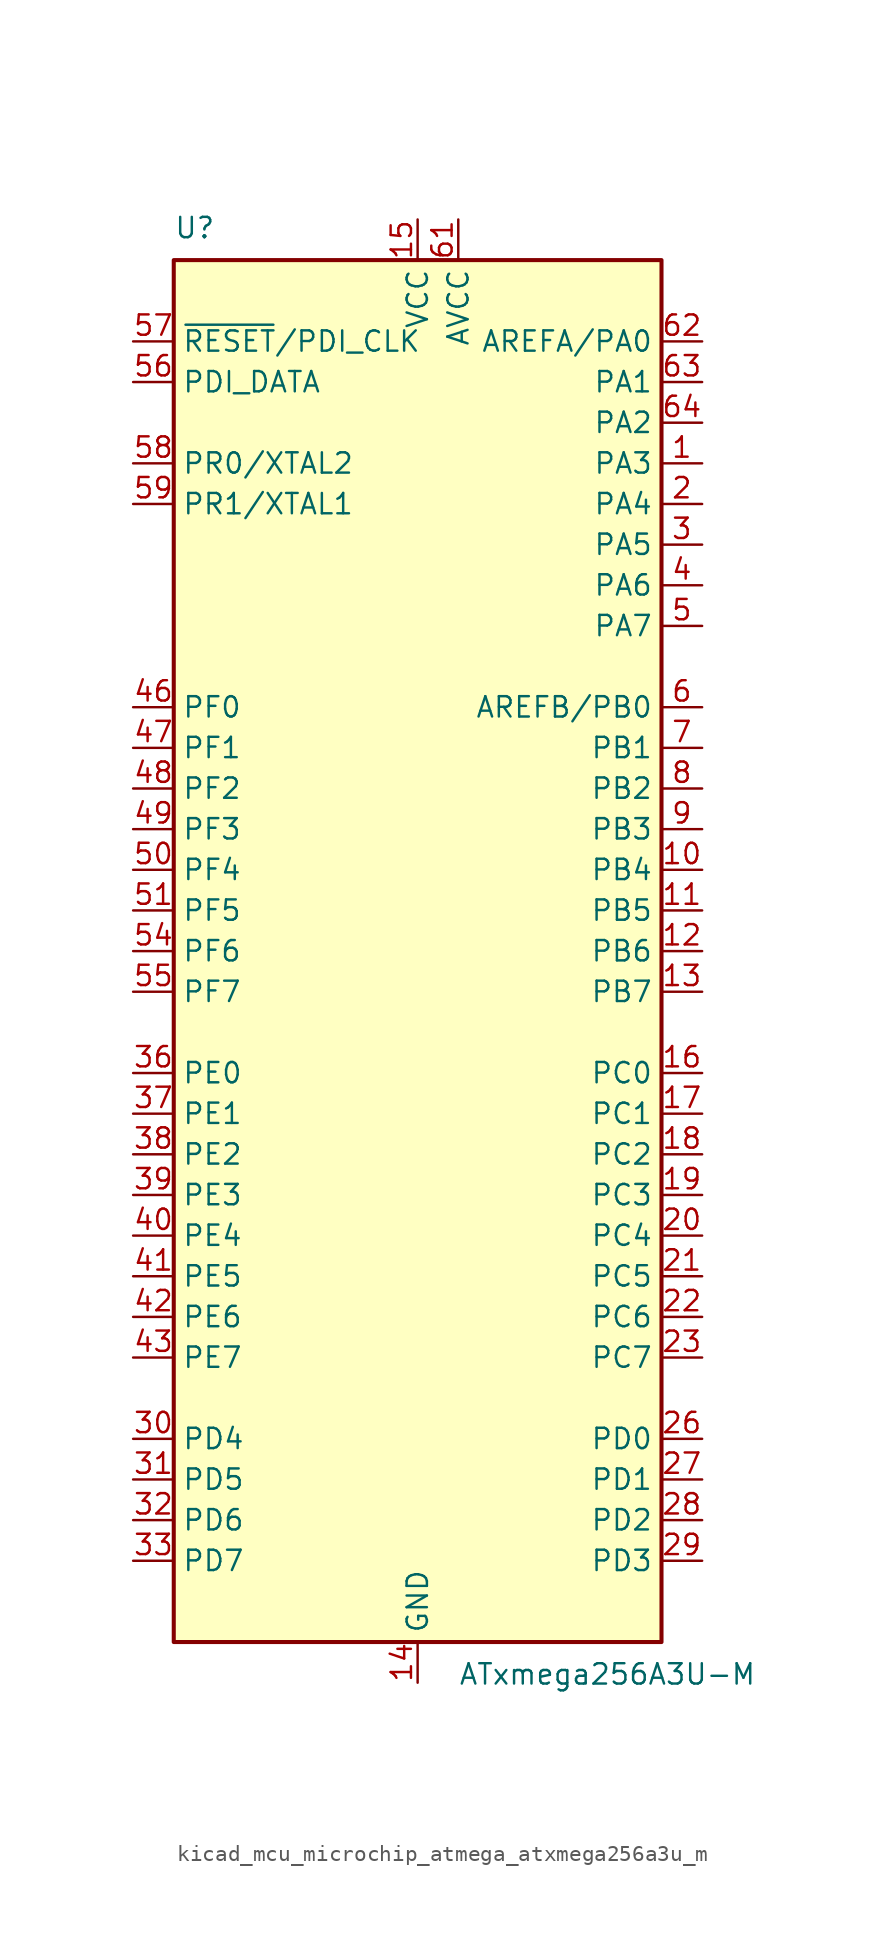
<source format=kicad_sym>
(kicad_symbol_lib
  (version 20220914)
  (generator kicad_symbol_editor)
  (symbol "kicad_mcu_microchip_atmega_atxmega256a3u_m"
    (property "Reference" "U"
      (at -15.24 44.45 0)
      (effects (font (size 1.27 1.27)) (justify left bottom)))
    (property "Value" "ATxmega256A3U-M"
      (at 2.54 -44.45 0)
      (effects (font (size 1.27 1.27)) (justify left top)))
    (symbol "kicad_mcu_microchip_atmega_atxmega256a3u_m_0_1"
      (rectangle (start -15.24 -43.18) (end 15.24 43.18) (stroke (width 0.254) (type default)) (fill (type background))))
    (symbol "kicad_mcu_microchip_atmega_atxmega256a3u_m_1_1"
      (pin bidirectional line (at 17.78 30.48 180) (length 2.54) (name "PA3" (effects (font (size 1.27 1.27)))) (number "1" (effects (font (size 1.27 1.27)))))
      (pin bidirectional line (at 17.78 5.08 180) (length 2.54) (name "PB4" (effects (font (size 1.27 1.27)))) (number "10" (effects (font (size 1.27 1.27)))))
      (pin bidirectional line (at 17.78 2.54 180) (length 2.54) (name "PB5" (effects (font (size 1.27 1.27)))) (number "11" (effects (font (size 1.27 1.27)))))
      (pin bidirectional line (at 17.78 0 180) (length 2.54) (name "PB6" (effects (font (size 1.27 1.27)))) (number "12" (effects (font (size 1.27 1.27)))))
      (pin bidirectional line (at 17.78 -2.54 180) (length 2.54) (name "PB7" (effects (font (size 1.27 1.27)))) (number "13" (effects (font (size 1.27 1.27)))))
      (pin power_in line (at 0 -45.72 90) (length 2.54) (name "GND" (effects (font (size 1.27 1.27)))) (number "14" (effects (font (size 1.27 1.27)))))
      (pin power_in line (at 0 45.72 270) (length 2.54) (name "VCC" (effects (font (size 1.27 1.27)))) (number "15" (effects (font (size 1.27 1.27)))))
      (pin bidirectional line (at 17.78 -7.62 180) (length 2.54) (name "PC0" (effects (font (size 1.27 1.27)))) (number "16" (effects (font (size 1.27 1.27)))))
      (pin bidirectional line (at 17.78 -10.16 180) (length 2.54) (name "PC1" (effects (font (size 1.27 1.27)))) (number "17" (effects (font (size 1.27 1.27)))))
      (pin bidirectional line (at 17.78 -12.7 180) (length 2.54) (name "PC2" (effects (font (size 1.27 1.27)))) (number "18" (effects (font (size 1.27 1.27)))))
      (pin bidirectional line (at 17.78 -15.24 180) (length 2.54) (name "PC3" (effects (font (size 1.27 1.27)))) (number "19" (effects (font (size 1.27 1.27)))))
      (pin bidirectional line (at 17.78 27.94 180) (length 2.54) (name "PA4" (effects (font (size 1.27 1.27)))) (number "2" (effects (font (size 1.27 1.27)))))
      (pin bidirectional line (at 17.78 -17.78 180) (length 2.54) (name "PC4" (effects (font (size 1.27 1.27)))) (number "20" (effects (font (size 1.27 1.27)))))
      (pin bidirectional line (at 17.78 -20.32 180) (length 2.54) (name "PC5" (effects (font (size 1.27 1.27)))) (number "21" (effects (font (size 1.27 1.27)))))
      (pin bidirectional line (at 17.78 -22.86 180) (length 2.54) (name "PC6" (effects (font (size 1.27 1.27)))) (number "22" (effects (font (size 1.27 1.27)))))
      (pin bidirectional line (at 17.78 -25.4 180) (length 2.54) (name "PC7" (effects (font (size 1.27 1.27)))) (number "23" (effects (font (size 1.27 1.27)))))
      (pin passive line (at 0 -45.72 90) (length 2.54) hide (name "GND" (effects (font (size 1.27 1.27)))) (number "24" (effects (font (size 1.27 1.27)))))
      (pin passive line (at 0 45.72 270) (length 2.54) hide (name "VCC" (effects (font (size 1.27 1.27)))) (number "25" (effects (font (size 1.27 1.27)))))
      (pin bidirectional line (at 17.78 -30.48 180) (length 2.54) (name "PD0" (effects (font (size 1.27 1.27)))) (number "26" (effects (font (size 1.27 1.27)))))
      (pin bidirectional line (at 17.78 -33.02 180) (length 2.54) (name "PD1" (effects (font (size 1.27 1.27)))) (number "27" (effects (font (size 1.27 1.27)))))
      (pin bidirectional line (at 17.78 -35.56 180) (length 2.54) (name "PD2" (effects (font (size 1.27 1.27)))) (number "28" (effects (font (size 1.27 1.27)))))
      (pin bidirectional line (at 17.78 -38.1 180) (length 2.54) (name "PD3" (effects (font (size 1.27 1.27)))) (number "29" (effects (font (size 1.27 1.27)))))
      (pin bidirectional line (at 17.78 25.4 180) (length 2.54) (name "PA5" (effects (font (size 1.27 1.27)))) (number "3" (effects (font (size 1.27 1.27)))))
      (pin bidirectional line (at -17.78 -30.48 0) (length 2.54) (name "PD4" (effects (font (size 1.27 1.27)))) (number "30" (effects (font (size 1.27 1.27)))))
      (pin bidirectional line (at -17.78 -33.02 0) (length 2.54) (name "PD5" (effects (font (size 1.27 1.27)))) (number "31" (effects (font (size 1.27 1.27)))))
      (pin bidirectional line (at -17.78 -35.56 0) (length 2.54) (name "PD6" (effects (font (size 1.27 1.27)))) (number "32" (effects (font (size 1.27 1.27)))))
      (pin bidirectional line (at -17.78 -38.1 0) (length 2.54) (name "PD7" (effects (font (size 1.27 1.27)))) (number "33" (effects (font (size 1.27 1.27)))))
      (pin passive line (at 0 -45.72 90) (length 2.54) hide (name "GND" (effects (font (size 1.27 1.27)))) (number "34" (effects (font (size 1.27 1.27)))))
      (pin passive line (at 0 45.72 270) (length 2.54) hide (name "VCC" (effects (font (size 1.27 1.27)))) (number "35" (effects (font (size 1.27 1.27)))))
      (pin bidirectional line (at -17.78 -7.62 0) (length 2.54) (name "PE0" (effects (font (size 1.27 1.27)))) (number "36" (effects (font (size 1.27 1.27)))))
      (pin bidirectional line (at -17.78 -10.16 0) (length 2.54) (name "PE1" (effects (font (size 1.27 1.27)))) (number "37" (effects (font (size 1.27 1.27)))))
      (pin bidirectional line (at -17.78 -12.7 0) (length 2.54) (name "PE2" (effects (font (size 1.27 1.27)))) (number "38" (effects (font (size 1.27 1.27)))))
      (pin bidirectional line (at -17.78 -15.24 0) (length 2.54) (name "PE3" (effects (font (size 1.27 1.27)))) (number "39" (effects (font (size 1.27 1.27)))))
      (pin bidirectional line (at 17.78 22.86 180) (length 2.54) (name "PA6" (effects (font (size 1.27 1.27)))) (number "4" (effects (font (size 1.27 1.27)))))
      (pin bidirectional line (at -17.78 -17.78 0) (length 2.54) (name "PE4" (effects (font (size 1.27 1.27)))) (number "40" (effects (font (size 1.27 1.27)))))
      (pin bidirectional line (at -17.78 -20.32 0) (length 2.54) (name "PE5" (effects (font (size 1.27 1.27)))) (number "41" (effects (font (size 1.27 1.27)))))
      (pin bidirectional line (at -17.78 -22.86 0) (length 2.54) (name "PE6" (effects (font (size 1.27 1.27)))) (number "42" (effects (font (size 1.27 1.27)))))
      (pin bidirectional line (at -17.78 -25.4 0) (length 2.54) (name "PE7" (effects (font (size 1.27 1.27)))) (number "43" (effects (font (size 1.27 1.27)))))
      (pin passive line (at 0 -45.72 90) (length 2.54) hide (name "GND" (effects (font (size 1.27 1.27)))) (number "44" (effects (font (size 1.27 1.27)))))
      (pin passive line (at 0 45.72 270) (length 2.54) hide (name "VCC" (effects (font (size 1.27 1.27)))) (number "45" (effects (font (size 1.27 1.27)))))
      (pin bidirectional line (at -17.78 15.24 0) (length 2.54) (name "PF0" (effects (font (size 1.27 1.27)))) (number "46" (effects (font (size 1.27 1.27)))))
      (pin bidirectional line (at -17.78 12.7 0) (length 2.54) (name "PF1" (effects (font (size 1.27 1.27)))) (number "47" (effects (font (size 1.27 1.27)))))
      (pin bidirectional line (at -17.78 10.16 0) (length 2.54) (name "PF2" (effects (font (size 1.27 1.27)))) (number "48" (effects (font (size 1.27 1.27)))))
      (pin bidirectional line (at -17.78 7.62 0) (length 2.54) (name "PF3" (effects (font (size 1.27 1.27)))) (number "49" (effects (font (size 1.27 1.27)))))
      (pin bidirectional line (at 17.78 20.32 180) (length 2.54) (name "PA7" (effects (font (size 1.27 1.27)))) (number "5" (effects (font (size 1.27 1.27)))))
      (pin bidirectional line (at -17.78 5.08 0) (length 2.54) (name "PF4" (effects (font (size 1.27 1.27)))) (number "50" (effects (font (size 1.27 1.27)))))
      (pin bidirectional line (at -17.78 2.54 0) (length 2.54) (name "PF5" (effects (font (size 1.27 1.27)))) (number "51" (effects (font (size 1.27 1.27)))))
      (pin passive line (at 0 -45.72 90) (length 2.54) hide (name "GND" (effects (font (size 1.27 1.27)))) (number "52" (effects (font (size 1.27 1.27)))))
      (pin passive line (at 0 45.72 270) (length 2.54) hide (name "VCC" (effects (font (size 1.27 1.27)))) (number "53" (effects (font (size 1.27 1.27)))))
      (pin bidirectional line (at -17.78 0 0) (length 2.54) (name "PF6" (effects (font (size 1.27 1.27)))) (number "54" (effects (font (size 1.27 1.27)))))
      (pin bidirectional line (at -17.78 -2.54 0) (length 2.54) (name "PF7" (effects (font (size 1.27 1.27)))) (number "55" (effects (font (size 1.27 1.27)))))
      (pin bidirectional line (at -17.78 35.56 0) (length 2.54) (name "PDI_DATA" (effects (font (size 1.27 1.27)))) (number "56" (effects (font (size 1.27 1.27)))))
      (pin input line (at -17.78 38.1 0) (length 2.54) (name "~{RESET}/PDI_CLK" (effects (font (size 1.27 1.27)))) (number "57" (effects (font (size 1.27 1.27)))))
      (pin bidirectional line (at -17.78 30.48 0) (length 2.54) (name "PR0/XTAL2" (effects (font (size 1.27 1.27)))) (number "58" (effects (font (size 1.27 1.27)))))
      (pin bidirectional line (at -17.78 27.94 0) (length 2.54) (name "PR1/XTAL1" (effects (font (size 1.27 1.27)))) (number "59" (effects (font (size 1.27 1.27)))))
      (pin bidirectional line (at 17.78 15.24 180) (length 2.54) (name "AREFB/PB0" (effects (font (size 1.27 1.27)))) (number "6" (effects (font (size 1.27 1.27)))))
      (pin passive line (at 0 -45.72 90) (length 2.54) hide (name "GND" (effects (font (size 1.27 1.27)))) (number "60" (effects (font (size 1.27 1.27)))))
      (pin power_in line (at 2.54 45.72 270) (length 2.54) (name "AVCC" (effects (font (size 1.27 1.27)))) (number "61" (effects (font (size 1.27 1.27)))))
      (pin bidirectional line (at 17.78 38.1 180) (length 2.54) (name "AREFA/PA0" (effects (font (size 1.27 1.27)))) (number "62" (effects (font (size 1.27 1.27)))))
      (pin bidirectional line (at 17.78 35.56 180) (length 2.54) (name "PA1" (effects (font (size 1.27 1.27)))) (number "63" (effects (font (size 1.27 1.27)))))
      (pin bidirectional line (at 17.78 33.02 180) (length 2.54) (name "PA2" (effects (font (size 1.27 1.27)))) (number "64" (effects (font (size 1.27 1.27)))))
      (pin passive line (at 0 -45.72 90) (length 2.54) hide (name "GND" (effects (font (size 1.27 1.27)))) (number "65" (effects (font (size 1.27 1.27)))))
      (pin bidirectional line (at 17.78 12.7 180) (length 2.54) (name "PB1" (effects (font (size 1.27 1.27)))) (number "7" (effects (font (size 1.27 1.27)))))
      (pin bidirectional line (at 17.78 10.16 180) (length 2.54) (name "PB2" (effects (font (size 1.27 1.27)))) (number "8" (effects (font (size 1.27 1.27)))))
      (pin bidirectional line (at 17.78 7.62 180) (length 2.54) (name "PB3" (effects (font (size 1.27 1.27)))) (number "9" (effects (font (size 1.27 1.27))))))))
</source>
